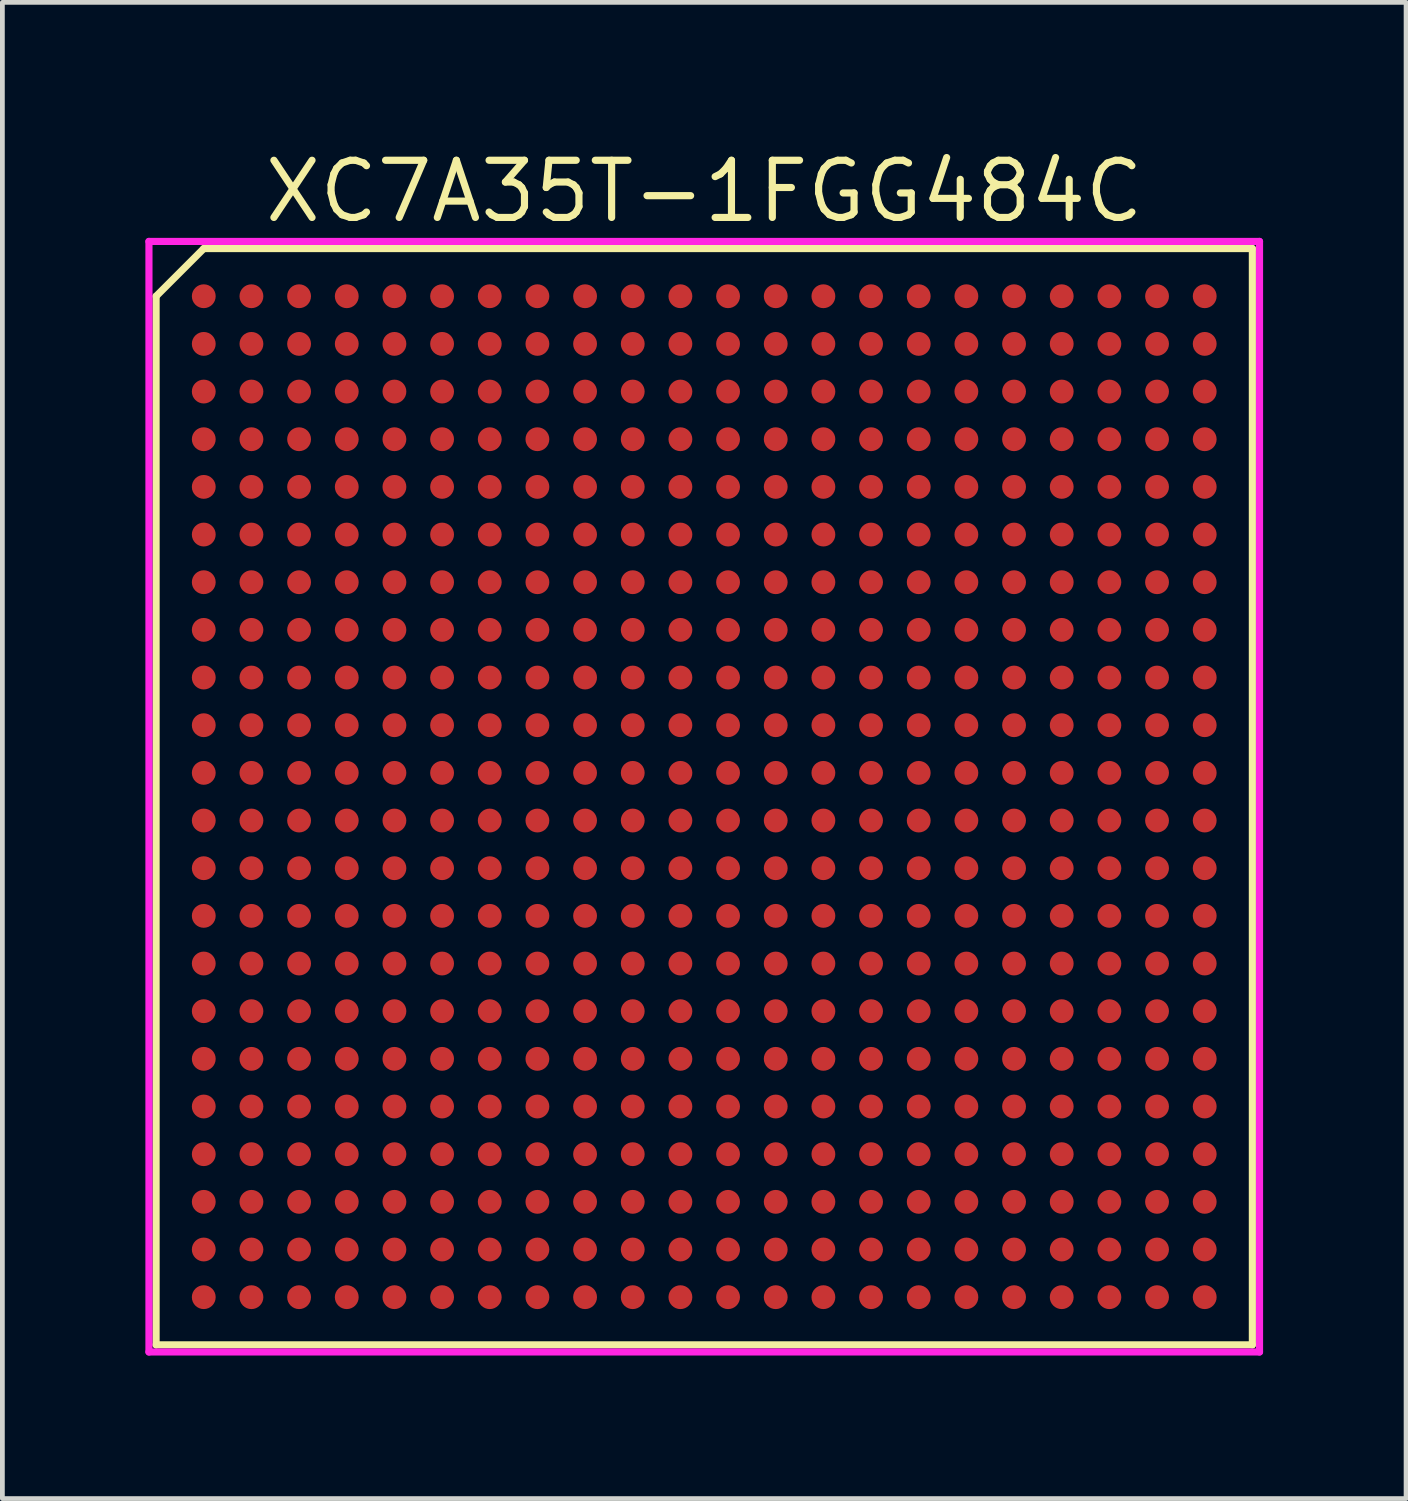
<source format=kicad_pcb>
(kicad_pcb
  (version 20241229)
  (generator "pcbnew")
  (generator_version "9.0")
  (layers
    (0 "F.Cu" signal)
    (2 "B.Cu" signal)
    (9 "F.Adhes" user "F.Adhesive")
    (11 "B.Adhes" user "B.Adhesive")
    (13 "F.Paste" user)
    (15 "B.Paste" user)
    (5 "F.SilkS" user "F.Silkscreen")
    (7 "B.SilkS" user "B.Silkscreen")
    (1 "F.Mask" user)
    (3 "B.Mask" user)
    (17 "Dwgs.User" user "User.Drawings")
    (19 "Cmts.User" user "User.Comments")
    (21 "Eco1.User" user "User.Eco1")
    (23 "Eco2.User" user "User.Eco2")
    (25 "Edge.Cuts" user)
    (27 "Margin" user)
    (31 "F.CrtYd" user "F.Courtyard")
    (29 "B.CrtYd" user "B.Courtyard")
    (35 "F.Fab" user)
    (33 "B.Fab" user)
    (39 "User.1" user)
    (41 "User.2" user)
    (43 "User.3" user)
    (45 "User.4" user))
  (footprint "XC7A35T-1FGG484C"
    (layer "F.Cu")
    (at 11.725 13.665)
    (property "Reference" "XC7A35T-1FGG484C" (at 0 -12.7 0) (layer "F.SilkS") (effects (font (size 1.2 1.2) (thickness 0.15))))
    (attr through_hole)
    (fp_line (start -11.5 -10.5) (end -11.5 11.5) (stroke (width 0.15) (type solid)) (layer "F.SilkS"))
    (fp_line (start -11.5 11.5) (end 11.5 11.5) (stroke (width 0.15) (type solid)) (layer "F.SilkS"))
    (fp_line (start -10.5 -11.5) (end -11.5 -10.5) (stroke (width 0.15) (type solid)) (layer "F.SilkS"))
    (fp_line (start 11.5 -11.5) (end -10.5 -11.5) (stroke (width 0.15) (type solid)) (layer "F.SilkS"))
    (fp_line (start 11.5 11.5) (end 11.5 -11.5) (stroke (width 0.15) (type solid)) (layer "F.SilkS"))
    (fp_line (start -11.65 -11.65) (end 11.65 -11.65) (stroke (width 0.15) (type solid)) (layer "F.CrtYd"))
    (fp_line (start -11.65 11.65) (end -11.65 -11.65) (stroke (width 0.15) (type solid)) (layer "F.CrtYd"))
    (fp_line (start 11.65 -11.65) (end 11.65 11.65) (stroke (width 0.15) (type solid)) (layer "F.CrtYd"))
    (fp_line (start 11.65 11.65) (end -11.65 11.65) (stroke (width 0.15) (type solid)) (layer "F.CrtYd"))
    (pad "A1" smd circle (at -10.5 -10.5) (size 0.5 0.5) (layers "F.Cu" "F.Mask" "F.Paste"))
    (pad "A2" smd circle (at -9.5 -10.5) (size 0.5 0.5) (layers "F.Cu" "F.Mask" "F.Paste"))
    (pad "A3" smd circle (at -8.5 -10.5) (size 0.5 0.5) (layers "F.Cu" "F.Mask" "F.Paste"))
    (pad "A4" smd circle (at -7.5 -10.5) (size 0.5 0.5) (layers "F.Cu" "F.Mask" "F.Paste"))
    (pad "A5" smd circle (at -6.5 -10.5) (size 0.5 0.5) (layers "F.Cu" "F.Mask" "F.Paste"))
    (pad "A6" smd circle (at -5.5 -10.5) (size 0.5 0.5) (layers "F.Cu" "F.Mask" "F.Paste"))
    (pad "A7" smd circle (at -4.5 -10.5) (size 0.5 0.5) (layers "F.Cu" "F.Mask" "F.Paste"))
    (pad "A8" smd circle (at -3.5 -10.5) (size 0.5 0.5) (layers "F.Cu" "F.Mask" "F.Paste"))
    (pad "A9" smd circle (at -2.5 -10.5) (size 0.5 0.5) (layers "F.Cu" "F.Mask" "F.Paste"))
    (pad "A10" smd circle (at -1.5 -10.5) (size 0.5 0.5) (layers "F.Cu" "F.Mask" "F.Paste"))
    (pad "A11" smd circle (at -0.5 -10.5) (size 0.5 0.5) (layers "F.Cu" "F.Mask" "F.Paste"))
    (pad "A12" smd circle (at 0.5 -10.5) (size 0.5 0.5) (layers "F.Cu" "F.Mask" "F.Paste"))
    (pad "A13" smd circle (at 1.5 -10.5) (size 0.5 0.5) (layers "F.Cu" "F.Mask" "F.Paste"))
    (pad "A14" smd circle (at 2.5 -10.5) (size 0.5 0.5) (layers "F.Cu" "F.Mask" "F.Paste"))
    (pad "A15" smd circle (at 3.5 -10.5) (size 0.5 0.5) (layers "F.Cu" "F.Mask" "F.Paste"))
    (pad "A16" smd circle (at 4.5 -10.5) (size 0.5 0.5) (layers "F.Cu" "F.Mask" "F.Paste"))
    (pad "A17" smd circle (at 5.5 -10.5) (size 0.5 0.5) (layers "F.Cu" "F.Mask" "F.Paste"))
    (pad "A18" smd circle (at 6.5 -10.5) (size 0.5 0.5) (layers "F.Cu" "F.Mask" "F.Paste"))
    (pad "A19" smd circle (at 7.5 -10.5) (size 0.5 0.5) (layers "F.Cu" "F.Mask" "F.Paste"))
    (pad "A20" smd circle (at 8.5 -10.5) (size 0.5 0.5) (layers "F.Cu" "F.Mask" "F.Paste"))
    (pad "A21" smd circle (at 9.5 -10.5) (size 0.5 0.5) (layers "F.Cu" "F.Mask" "F.Paste"))
    (pad "A22" smd circle (at 10.5 -10.5) (size 0.5 0.5) (layers "F.Cu" "F.Mask" "F.Paste"))
    (pad "AA1" smd circle (at -10.5 9.5) (size 0.5 0.5) (layers "F.Cu" "F.Mask" "F.Paste"))
    (pad "AA2" smd circle (at -9.5 9.5) (size 0.5 0.5) (layers "F.Cu" "F.Mask" "F.Paste"))
    (pad "AA3" smd circle (at -8.5 9.5) (size 0.5 0.5) (layers "F.Cu" "F.Mask" "F.Paste"))
    (pad "AA4" smd circle (at -7.5 9.5) (size 0.5 0.5) (layers "F.Cu" "F.Mask" "F.Paste"))
    (pad "AA5" smd circle (at -6.5 9.5) (size 0.5 0.5) (layers "F.Cu" "F.Mask" "F.Paste"))
    (pad "AA6" smd circle (at -5.5 9.5) (size 0.5 0.5) (layers "F.Cu" "F.Mask" "F.Paste"))
    (pad "AA7" smd circle (at -4.5 9.5) (size 0.5 0.5) (layers "F.Cu" "F.Mask" "F.Paste"))
    (pad "AA8" smd circle (at -3.5 9.5) (size 0.5 0.5) (layers "F.Cu" "F.Mask" "F.Paste"))
    (pad "AA9" smd circle (at -2.5 9.5) (size 0.5 0.5) (layers "F.Cu" "F.Mask" "F.Paste"))
    (pad "AA10" smd circle (at -1.5 9.5) (size 0.5 0.5) (layers "F.Cu" "F.Mask" "F.Paste"))
    (pad "AA11" smd circle (at -0.5 9.5) (size 0.5 0.5) (layers "F.Cu" "F.Mask" "F.Paste"))
    (pad "AA12" smd circle (at 0.5 9.5) (size 0.5 0.5) (layers "F.Cu" "F.Mask" "F.Paste"))
    (pad "AA13" smd circle (at 1.5 9.5) (size 0.5 0.5) (layers "F.Cu" "F.Mask" "F.Paste"))
    (pad "AA14" smd circle (at 2.5 9.5) (size 0.5 0.5) (layers "F.Cu" "F.Mask" "F.Paste"))
    (pad "AA15" smd circle (at 3.5 9.5) (size 0.5 0.5) (layers "F.Cu" "F.Mask" "F.Paste"))
    (pad "AA16" smd circle (at 4.5 9.5) (size 0.5 0.5) (layers "F.Cu" "F.Mask" "F.Paste"))
    (pad "AA17" smd circle (at 5.5 9.5) (size 0.5 0.5) (layers "F.Cu" "F.Mask" "F.Paste"))
    (pad "AA18" smd circle (at 6.5 9.5) (size 0.5 0.5) (layers "F.Cu" "F.Mask" "F.Paste"))
    (pad "AA19" smd circle (at 7.5 9.5) (size 0.5 0.5) (layers "F.Cu" "F.Mask" "F.Paste"))
    (pad "AA20" smd circle (at 8.5 9.5) (size 0.5 0.5) (layers "F.Cu" "F.Mask" "F.Paste"))
    (pad "AA21" smd circle (at 9.5 9.5) (size 0.5 0.5) (layers "F.Cu" "F.Mask" "F.Paste"))
    (pad "AA22" smd circle (at 10.5 9.5) (size 0.5 0.5) (layers "F.Cu" "F.Mask" "F.Paste"))
    (pad "AB1" smd circle (at -10.5 10.5) (size 0.5 0.5) (layers "F.Cu" "F.Mask" "F.Paste"))
    (pad "AB2" smd circle (at -9.5 10.5) (size 0.5 0.5) (layers "F.Cu" "F.Mask" "F.Paste"))
    (pad "AB3" smd circle (at -8.5 10.5) (size 0.5 0.5) (layers "F.Cu" "F.Mask" "F.Paste"))
    (pad "AB4" smd circle (at -7.5 10.5) (size 0.5 0.5) (layers "F.Cu" "F.Mask" "F.Paste"))
    (pad "AB5" smd circle (at -6.5 10.5) (size 0.5 0.5) (layers "F.Cu" "F.Mask" "F.Paste"))
    (pad "AB6" smd circle (at -5.5 10.5) (size 0.5 0.5) (layers "F.Cu" "F.Mask" "F.Paste"))
    (pad "AB7" smd circle (at -4.5 10.5) (size 0.5 0.5) (layers "F.Cu" "F.Mask" "F.Paste"))
    (pad "AB8" smd circle (at -3.5 10.5) (size 0.5 0.5) (layers "F.Cu" "F.Mask" "F.Paste"))
    (pad "AB9" smd circle (at -2.5 10.5) (size 0.5 0.5) (layers "F.Cu" "F.Mask" "F.Paste"))
    (pad "AB10" smd circle (at -1.5 10.5) (size 0.5 0.5) (layers "F.Cu" "F.Mask" "F.Paste"))
    (pad "AB11" smd circle (at -0.5 10.5) (size 0.5 0.5) (layers "F.Cu" "F.Mask" "F.Paste"))
    (pad "AB12" smd circle (at 0.5 10.5) (size 0.5 0.5) (layers "F.Cu" "F.Mask" "F.Paste"))
    (pad "AB13" smd circle (at 1.5 10.5) (size 0.5 0.5) (layers "F.Cu" "F.Mask" "F.Paste"))
    (pad "AB14" smd circle (at 2.5 10.5) (size 0.5 0.5) (layers "F.Cu" "F.Mask" "F.Paste"))
    (pad "AB15" smd circle (at 3.5 10.5) (size 0.5 0.5) (layers "F.Cu" "F.Mask" "F.Paste"))
    (pad "AB16" smd circle (at 4.5 10.5) (size 0.5 0.5) (layers "F.Cu" "F.Mask" "F.Paste"))
    (pad "AB17" smd circle (at 5.5 10.5) (size 0.5 0.5) (layers "F.Cu" "F.Mask" "F.Paste"))
    (pad "AB18" smd circle (at 6.5 10.5) (size 0.5 0.5) (layers "F.Cu" "F.Mask" "F.Paste"))
    (pad "AB19" smd circle (at 7.5 10.5) (size 0.5 0.5) (layers "F.Cu" "F.Mask" "F.Paste"))
    (pad "AB20" smd circle (at 8.5 10.5) (size 0.5 0.5) (layers "F.Cu" "F.Mask" "F.Paste"))
    (pad "AB21" smd circle (at 9.5 10.5) (size 0.5 0.5) (layers "F.Cu" "F.Mask" "F.Paste"))
    (pad "AB22" smd circle (at 10.5 10.5) (size 0.5 0.5) (layers "F.Cu" "F.Mask" "F.Paste"))
    (pad "B1" smd circle (at -10.5 -9.5) (size 0.5 0.5) (layers "F.Cu" "F.Mask" "F.Paste"))
    (pad "B2" smd circle (at -9.5 -9.5) (size 0.5 0.5) (layers "F.Cu" "F.Mask" "F.Paste"))
    (pad "B3" smd circle (at -8.5 -9.5) (size 0.5 0.5) (layers "F.Cu" "F.Mask" "F.Paste"))
    (pad "B4" smd circle (at -7.5 -9.5) (size 0.5 0.5) (layers "F.Cu" "F.Mask" "F.Paste"))
    (pad "B5" smd circle (at -6.5 -9.5) (size 0.5 0.5) (layers "F.Cu" "F.Mask" "F.Paste"))
    (pad "B6" smd circle (at -5.5 -9.5) (size 0.5 0.5) (layers "F.Cu" "F.Mask" "F.Paste"))
    (pad "B7" smd circle (at -4.5 -9.5) (size 0.5 0.5) (layers "F.Cu" "F.Mask" "F.Paste"))
    (pad "B8" smd circle (at -3.5 -9.5) (size 0.5 0.5) (layers "F.Cu" "F.Mask" "F.Paste"))
    (pad "B9" smd circle (at -2.5 -9.5) (size 0.5 0.5) (layers "F.Cu" "F.Mask" "F.Paste"))
    (pad "B10" smd circle (at -1.5 -9.5) (size 0.5 0.5) (layers "F.Cu" "F.Mask" "F.Paste"))
    (pad "B11" smd circle (at -0.5 -9.5) (size 0.5 0.5) (layers "F.Cu" "F.Mask" "F.Paste"))
    (pad "B12" smd circle (at 0.5 -9.5) (size 0.5 0.5) (layers "F.Cu" "F.Mask" "F.Paste"))
    (pad "B13" smd circle (at 1.5 -9.5) (size 0.5 0.5) (layers "F.Cu" "F.Mask" "F.Paste"))
    (pad "B14" smd circle (at 2.5 -9.5) (size 0.5 0.5) (layers "F.Cu" "F.Mask" "F.Paste"))
    (pad "B15" smd circle (at 3.5 -9.5) (size 0.5 0.5) (layers "F.Cu" "F.Mask" "F.Paste"))
    (pad "B16" smd circle (at 4.5 -9.5) (size 0.5 0.5) (layers "F.Cu" "F.Mask" "F.Paste"))
    (pad "B17" smd circle (at 5.5 -9.5) (size 0.5 0.5) (layers "F.Cu" "F.Mask" "F.Paste"))
    (pad "B18" smd circle (at 6.5 -9.5) (size 0.5 0.5) (layers "F.Cu" "F.Mask" "F.Paste"))
    (pad "B19" smd circle (at 7.5 -9.5) (size 0.5 0.5) (layers "F.Cu" "F.Mask" "F.Paste"))
    (pad "B20" smd circle (at 8.5 -9.5) (size 0.5 0.5) (layers "F.Cu" "F.Mask" "F.Paste"))
    (pad "B21" smd circle (at 9.5 -9.5) (size 0.5 0.5) (layers "F.Cu" "F.Mask" "F.Paste"))
    (pad "B22" smd circle (at 10.5 -9.5) (size 0.5 0.5) (layers "F.Cu" "F.Mask" "F.Paste"))
    (pad "C1" smd circle (at -10.5 -8.5) (size 0.5 0.5) (layers "F.Cu" "F.Mask" "F.Paste"))
    (pad "C2" smd circle (at -9.5 -8.5) (size 0.5 0.5) (layers "F.Cu" "F.Mask" "F.Paste"))
    (pad "C3" smd circle (at -8.5 -8.5) (size 0.5 0.5) (layers "F.Cu" "F.Mask" "F.Paste"))
    (pad "C4" smd circle (at -7.5 -8.5) (size 0.5 0.5) (layers "F.Cu" "F.Mask" "F.Paste"))
    (pad "C5" smd circle (at -6.5 -8.5) (size 0.5 0.5) (layers "F.Cu" "F.Mask" "F.Paste"))
    (pad "C6" smd circle (at -5.5 -8.5) (size 0.5 0.5) (layers "F.Cu" "F.Mask" "F.Paste"))
    (pad "C7" smd circle (at -4.5 -8.5) (size 0.5 0.5) (layers "F.Cu" "F.Mask" "F.Paste"))
    (pad "C8" smd circle (at -3.5 -8.5) (size 0.5 0.5) (layers "F.Cu" "F.Mask" "F.Paste"))
    (pad "C9" smd circle (at -2.5 -8.5) (size 0.5 0.5) (layers "F.Cu" "F.Mask" "F.Paste"))
    (pad "C10" smd circle (at -1.5 -8.5) (size 0.5 0.5) (layers "F.Cu" "F.Mask" "F.Paste"))
    (pad "C11" smd circle (at -0.5 -8.5) (size 0.5 0.5) (layers "F.Cu" "F.Mask" "F.Paste"))
    (pad "C12" smd circle (at 0.5 -8.5) (size 0.5 0.5) (layers "F.Cu" "F.Mask" "F.Paste"))
    (pad "C13" smd circle (at 1.5 -8.5) (size 0.5 0.5) (layers "F.Cu" "F.Mask" "F.Paste"))
    (pad "C14" smd circle (at 2.5 -8.5) (size 0.5 0.5) (layers "F.Cu" "F.Mask" "F.Paste"))
    (pad "C15" smd circle (at 3.5 -8.5) (size 0.5 0.5) (layers "F.Cu" "F.Mask" "F.Paste"))
    (pad "C16" smd circle (at 4.5 -8.5) (size 0.5 0.5) (layers "F.Cu" "F.Mask" "F.Paste"))
    (pad "C17" smd circle (at 5.5 -8.5) (size 0.5 0.5) (layers "F.Cu" "F.Mask" "F.Paste"))
    (pad "C18" smd circle (at 6.5 -8.5) (size 0.5 0.5) (layers "F.Cu" "F.Mask" "F.Paste"))
    (pad "C19" smd circle (at 7.5 -8.5) (size 0.5 0.5) (layers "F.Cu" "F.Mask" "F.Paste"))
    (pad "C20" smd circle (at 8.5 -8.5) (size 0.5 0.5) (layers "F.Cu" "F.Mask" "F.Paste"))
    (pad "C21" smd circle (at 9.5 -8.5) (size 0.5 0.5) (layers "F.Cu" "F.Mask" "F.Paste"))
    (pad "C22" smd circle (at 10.5 -8.5) (size 0.5 0.5) (layers "F.Cu" "F.Mask" "F.Paste"))
    (pad "D1" smd circle (at -10.5 -7.5) (size 0.5 0.5) (layers "F.Cu" "F.Mask" "F.Paste"))
    (pad "D2" smd circle (at -9.5 -7.5) (size 0.5 0.5) (layers "F.Cu" "F.Mask" "F.Paste"))
    (pad "D3" smd circle (at -8.5 -7.5) (size 0.5 0.5) (layers "F.Cu" "F.Mask" "F.Paste"))
    (pad "D4" smd circle (at -7.5 -7.5) (size 0.5 0.5) (layers "F.Cu" "F.Mask" "F.Paste"))
    (pad "D5" smd circle (at -6.5 -7.5) (size 0.5 0.5) (layers "F.Cu" "F.Mask" "F.Paste"))
    (pad "D6" smd circle (at -5.5 -7.5) (size 0.5 0.5) (layers "F.Cu" "F.Mask" "F.Paste"))
    (pad "D7" smd circle (at -4.5 -7.5) (size 0.5 0.5) (layers "F.Cu" "F.Mask" "F.Paste"))
    (pad "D8" smd circle (at -3.5 -7.5) (size 0.5 0.5) (layers "F.Cu" "F.Mask" "F.Paste"))
    (pad "D9" smd circle (at -2.5 -7.5) (size 0.5 0.5) (layers "F.Cu" "F.Mask" "F.Paste"))
    (pad "D10" smd circle (at -1.5 -7.5) (size 0.5 0.5) (layers "F.Cu" "F.Mask" "F.Paste"))
    (pad "D11" smd circle (at -0.5 -7.5) (size 0.5 0.5) (layers "F.Cu" "F.Mask" "F.Paste"))
    (pad "D12" smd circle (at 0.5 -7.5) (size 0.5 0.5) (layers "F.Cu" "F.Mask" "F.Paste"))
    (pad "D13" smd circle (at 1.5 -7.5) (size 0.5 0.5) (layers "F.Cu" "F.Mask" "F.Paste"))
    (pad "D14" smd circle (at 2.5 -7.5) (size 0.5 0.5) (layers "F.Cu" "F.Mask" "F.Paste"))
    (pad "D15" smd circle (at 3.5 -7.5) (size 0.5 0.5) (layers "F.Cu" "F.Mask" "F.Paste"))
    (pad "D16" smd circle (at 4.5 -7.5) (size 0.5 0.5) (layers "F.Cu" "F.Mask" "F.Paste"))
    (pad "D17" smd circle (at 5.5 -7.5) (size 0.5 0.5) (layers "F.Cu" "F.Mask" "F.Paste"))
    (pad "D18" smd circle (at 6.5 -7.5) (size 0.5 0.5) (layers "F.Cu" "F.Mask" "F.Paste"))
    (pad "D19" smd circle (at 7.5 -7.5) (size 0.5 0.5) (layers "F.Cu" "F.Mask" "F.Paste"))
    (pad "D20" smd circle (at 8.5 -7.5) (size 0.5 0.5) (layers "F.Cu" "F.Mask" "F.Paste"))
    (pad "D21" smd circle (at 9.5 -7.5) (size 0.5 0.5) (layers "F.Cu" "F.Mask" "F.Paste"))
    (pad "D22" smd circle (at 10.5 -7.5) (size 0.5 0.5) (layers "F.Cu" "F.Mask" "F.Paste"))
    (pad "E1" smd circle (at -10.5 -6.5) (size 0.5 0.5) (layers "F.Cu" "F.Mask" "F.Paste"))
    (pad "E2" smd circle (at -9.5 -6.5) (size 0.5 0.5) (layers "F.Cu" "F.Mask" "F.Paste"))
    (pad "E3" smd circle (at -8.5 -6.5) (size 0.5 0.5) (layers "F.Cu" "F.Mask" "F.Paste"))
    (pad "E4" smd circle (at -7.5 -6.5) (size 0.5 0.5) (layers "F.Cu" "F.Mask" "F.Paste"))
    (pad "E5" smd circle (at -6.5 -6.5) (size 0.5 0.5) (layers "F.Cu" "F.Mask" "F.Paste"))
    (pad "E6" smd circle (at -5.5 -6.5) (size 0.5 0.5) (layers "F.Cu" "F.Mask" "F.Paste"))
    (pad "E7" smd circle (at -4.5 -6.5) (size 0.5 0.5) (layers "F.Cu" "F.Mask" "F.Paste"))
    (pad "E8" smd circle (at -3.5 -6.5) (size 0.5 0.5) (layers "F.Cu" "F.Mask" "F.Paste"))
    (pad "E9" smd circle (at -2.5 -6.5) (size 0.5 0.5) (layers "F.Cu" "F.Mask" "F.Paste"))
    (pad "E10" smd circle (at -1.5 -6.5) (size 0.5 0.5) (layers "F.Cu" "F.Mask" "F.Paste"))
    (pad "E11" smd circle (at -0.5 -6.5) (size 0.5 0.5) (layers "F.Cu" "F.Mask" "F.Paste"))
    (pad "E12" smd circle (at 0.5 -6.5) (size 0.5 0.5) (layers "F.Cu" "F.Mask" "F.Paste"))
    (pad "E13" smd circle (at 1.5 -6.5) (size 0.5 0.5) (layers "F.Cu" "F.Mask" "F.Paste"))
    (pad "E14" smd circle (at 2.5 -6.5) (size 0.5 0.5) (layers "F.Cu" "F.Mask" "F.Paste"))
    (pad "E15" smd circle (at 3.5 -6.5) (size 0.5 0.5) (layers "F.Cu" "F.Mask" "F.Paste"))
    (pad "E16" smd circle (at 4.5 -6.5) (size 0.5 0.5) (layers "F.Cu" "F.Mask" "F.Paste"))
    (pad "E17" smd circle (at 5.5 -6.5) (size 0.5 0.5) (layers "F.Cu" "F.Mask" "F.Paste"))
    (pad "E18" smd circle (at 6.5 -6.5) (size 0.5 0.5) (layers "F.Cu" "F.Mask" "F.Paste"))
    (pad "E19" smd circle (at 7.5 -6.5) (size 0.5 0.5) (layers "F.Cu" "F.Mask" "F.Paste"))
    (pad "E20" smd circle (at 8.5 -6.5) (size 0.5 0.5) (layers "F.Cu" "F.Mask" "F.Paste"))
    (pad "E21" smd circle (at 9.5 -6.5) (size 0.5 0.5) (layers "F.Cu" "F.Mask" "F.Paste"))
    (pad "E22" smd circle (at 10.5 -6.5) (size 0.5 0.5) (layers "F.Cu" "F.Mask" "F.Paste"))
    (pad "F1" smd circle (at -10.5 -5.5) (size 0.5 0.5) (layers "F.Cu" "F.Mask" "F.Paste"))
    (pad "F2" smd circle (at -9.5 -5.5) (size 0.5 0.5) (layers "F.Cu" "F.Mask" "F.Paste"))
    (pad "F3" smd circle (at -8.5 -5.5) (size 0.5 0.5) (layers "F.Cu" "F.Mask" "F.Paste"))
    (pad "F4" smd circle (at -7.5 -5.5) (size 0.5 0.5) (layers "F.Cu" "F.Mask" "F.Paste"))
    (pad "F5" smd circle (at -6.5 -5.5) (size 0.5 0.5) (layers "F.Cu" "F.Mask" "F.Paste"))
    (pad "F6" smd circle (at -5.5 -5.5) (size 0.5 0.5) (layers "F.Cu" "F.Mask" "F.Paste"))
    (pad "F7" smd circle (at -4.5 -5.5) (size 0.5 0.5) (layers "F.Cu" "F.Mask" "F.Paste"))
    (pad "F8" smd circle (at -3.5 -5.5) (size 0.5 0.5) (layers "F.Cu" "F.Mask" "F.Paste"))
    (pad "F9" smd circle (at -2.5 -5.5) (size 0.5 0.5) (layers "F.Cu" "F.Mask" "F.Paste"))
    (pad "F10" smd circle (at -1.5 -5.5) (size 0.5 0.5) (layers "F.Cu" "F.Mask" "F.Paste"))
    (pad "F11" smd circle (at -0.5 -5.5) (size 0.5 0.5) (layers "F.Cu" "F.Mask" "F.Paste"))
    (pad "F12" smd circle (at 0.5 -5.5) (size 0.5 0.5) (layers "F.Cu" "F.Mask" "F.Paste"))
    (pad "F13" smd circle (at 1.5 -5.5) (size 0.5 0.5) (layers "F.Cu" "F.Mask" "F.Paste"))
    (pad "F14" smd circle (at 2.5 -5.5) (size 0.5 0.5) (layers "F.Cu" "F.Mask" "F.Paste"))
    (pad "F15" smd circle (at 3.5 -5.5) (size 0.5 0.5) (layers "F.Cu" "F.Mask" "F.Paste"))
    (pad "F16" smd circle (at 4.5 -5.5) (size 0.5 0.5) (layers "F.Cu" "F.Mask" "F.Paste"))
    (pad "F17" smd circle (at 5.5 -5.5) (size 0.5 0.5) (layers "F.Cu" "F.Mask" "F.Paste"))
    (pad "F18" smd circle (at 6.5 -5.5) (size 0.5 0.5) (layers "F.Cu" "F.Mask" "F.Paste"))
    (pad "F19" smd circle (at 7.5 -5.5) (size 0.5 0.5) (layers "F.Cu" "F.Mask" "F.Paste"))
    (pad "F20" smd circle (at 8.5 -5.5) (size 0.5 0.5) (layers "F.Cu" "F.Mask" "F.Paste"))
    (pad "F21" smd circle (at 9.5 -5.5) (size 0.5 0.5) (layers "F.Cu" "F.Mask" "F.Paste"))
    (pad "F22" smd circle (at 10.5 -5.5) (size 0.5 0.5) (layers "F.Cu" "F.Mask" "F.Paste"))
    (pad "G1" smd circle (at -10.5 -4.5) (size 0.5 0.5) (layers "F.Cu" "F.Mask" "F.Paste"))
    (pad "G2" smd circle (at -9.5 -4.5) (size 0.5 0.5) (layers "F.Cu" "F.Mask" "F.Paste"))
    (pad "G3" smd circle (at -8.5 -4.5) (size 0.5 0.5) (layers "F.Cu" "F.Mask" "F.Paste"))
    (pad "G4" smd circle (at -7.5 -4.5) (size 0.5 0.5) (layers "F.Cu" "F.Mask" "F.Paste"))
    (pad "G5" smd circle (at -6.5 -4.5) (size 0.5 0.5) (layers "F.Cu" "F.Mask" "F.Paste"))
    (pad "G6" smd circle (at -5.5 -4.5) (size 0.5 0.5) (layers "F.Cu" "F.Mask" "F.Paste"))
    (pad "G7" smd circle (at -4.5 -4.5) (size 0.5 0.5) (layers "F.Cu" "F.Mask" "F.Paste"))
    (pad "G8" smd circle (at -3.5 -4.5) (size 0.5 0.5) (layers "F.Cu" "F.Mask" "F.Paste"))
    (pad "G9" smd circle (at -2.5 -4.5) (size 0.5 0.5) (layers "F.Cu" "F.Mask" "F.Paste"))
    (pad "G10" smd circle (at -1.5 -4.5) (size 0.5 0.5) (layers "F.Cu" "F.Mask" "F.Paste"))
    (pad "G11" smd circle (at -0.5 -4.5) (size 0.5 0.5) (layers "F.Cu" "F.Mask" "F.Paste"))
    (pad "G12" smd circle (at 0.5 -4.5) (size 0.5 0.5) (layers "F.Cu" "F.Mask" "F.Paste"))
    (pad "G13" smd circle (at 1.5 -4.5) (size 0.5 0.5) (layers "F.Cu" "F.Mask" "F.Paste"))
    (pad "G14" smd circle (at 2.5 -4.5) (size 0.5 0.5) (layers "F.Cu" "F.Mask" "F.Paste"))
    (pad "G15" smd circle (at 3.5 -4.5) (size 0.5 0.5) (layers "F.Cu" "F.Mask" "F.Paste"))
    (pad "G16" smd circle (at 4.5 -4.5) (size 0.5 0.5) (layers "F.Cu" "F.Mask" "F.Paste"))
    (pad "G17" smd circle (at 5.5 -4.5) (size 0.5 0.5) (layers "F.Cu" "F.Mask" "F.Paste"))
    (pad "G18" smd circle (at 6.5 -4.5) (size 0.5 0.5) (layers "F.Cu" "F.Mask" "F.Paste"))
    (pad "G19" smd circle (at 7.5 -4.5) (size 0.5 0.5) (layers "F.Cu" "F.Mask" "F.Paste"))
    (pad "G20" smd circle (at 8.5 -4.5) (size 0.5 0.5) (layers "F.Cu" "F.Mask" "F.Paste"))
    (pad "G21" smd circle (at 9.5 -4.5) (size 0.5 0.5) (layers "F.Cu" "F.Mask" "F.Paste"))
    (pad "G22" smd circle (at 10.5 -4.5) (size 0.5 0.5) (layers "F.Cu" "F.Mask" "F.Paste"))
    (pad "H1" smd circle (at -10.5 -3.5) (size 0.5 0.5) (layers "F.Cu" "F.Mask" "F.Paste"))
    (pad "H2" smd circle (at -9.5 -3.5) (size 0.5 0.5) (layers "F.Cu" "F.Mask" "F.Paste"))
    (pad "H3" smd circle (at -8.5 -3.5) (size 0.5 0.5) (layers "F.Cu" "F.Mask" "F.Paste"))
    (pad "H4" smd circle (at -7.5 -3.5) (size 0.5 0.5) (layers "F.Cu" "F.Mask" "F.Paste"))
    (pad "H5" smd circle (at -6.5 -3.5) (size 0.5 0.5) (layers "F.Cu" "F.Mask" "F.Paste"))
    (pad "H6" smd circle (at -5.5 -3.5) (size 0.5 0.5) (layers "F.Cu" "F.Mask" "F.Paste"))
    (pad "H7" smd circle (at -4.5 -3.5) (size 0.5 0.5) (layers "F.Cu" "F.Mask" "F.Paste"))
    (pad "H8" smd circle (at -3.5 -3.5) (size 0.5 0.5) (layers "F.Cu" "F.Mask" "F.Paste"))
    (pad "H9" smd circle (at -2.5 -3.5) (size 0.5 0.5) (layers "F.Cu" "F.Mask" "F.Paste"))
    (pad "H10" smd circle (at -1.5 -3.5) (size 0.5 0.5) (layers "F.Cu" "F.Mask" "F.Paste"))
    (pad "H11" smd circle (at -0.5 -3.5) (size 0.5 0.5) (layers "F.Cu" "F.Mask" "F.Paste"))
    (pad "H12" smd circle (at 0.5 -3.5) (size 0.5 0.5) (layers "F.Cu" "F.Mask" "F.Paste"))
    (pad "H13" smd circle (at 1.5 -3.5) (size 0.5 0.5) (layers "F.Cu" "F.Mask" "F.Paste"))
    (pad "H14" smd circle (at 2.5 -3.5) (size 0.5 0.5) (layers "F.Cu" "F.Mask" "F.Paste"))
    (pad "H15" smd circle (at 3.5 -3.5) (size 0.5 0.5) (layers "F.Cu" "F.Mask" "F.Paste"))
    (pad "H16" smd circle (at 4.5 -3.5) (size 0.5 0.5) (layers "F.Cu" "F.Mask" "F.Paste"))
    (pad "H17" smd circle (at 5.5 -3.5) (size 0.5 0.5) (layers "F.Cu" "F.Mask" "F.Paste"))
    (pad "H18" smd circle (at 6.5 -3.5) (size 0.5 0.5) (layers "F.Cu" "F.Mask" "F.Paste"))
    (pad "H19" smd circle (at 7.5 -3.5) (size 0.5 0.5) (layers "F.Cu" "F.Mask" "F.Paste"))
    (pad "H20" smd circle (at 8.5 -3.5) (size 0.5 0.5) (layers "F.Cu" "F.Mask" "F.Paste"))
    (pad "H21" smd circle (at 9.5 -3.5) (size 0.5 0.5) (layers "F.Cu" "F.Mask" "F.Paste"))
    (pad "H22" smd circle (at 10.5 -3.5) (size 0.5 0.5) (layers "F.Cu" "F.Mask" "F.Paste"))
    (pad "J1" smd circle (at -10.5 -2.5) (size 0.5 0.5) (layers "F.Cu" "F.Mask" "F.Paste"))
    (pad "J2" smd circle (at -9.5 -2.5) (size 0.5 0.5) (layers "F.Cu" "F.Mask" "F.Paste"))
    (pad "J3" smd circle (at -8.5 -2.5) (size 0.5 0.5) (layers "F.Cu" "F.Mask" "F.Paste"))
    (pad "J4" smd circle (at -7.5 -2.5) (size 0.5 0.5) (layers "F.Cu" "F.Mask" "F.Paste"))
    (pad "J5" smd circle (at -6.5 -2.5) (size 0.5 0.5) (layers "F.Cu" "F.Mask" "F.Paste"))
    (pad "J6" smd circle (at -5.5 -2.5) (size 0.5 0.5) (layers "F.Cu" "F.Mask" "F.Paste"))
    (pad "J7" smd circle (at -4.5 -2.5) (size 0.5 0.5) (layers "F.Cu" "F.Mask" "F.Paste"))
    (pad "J8" smd circle (at -3.5 -2.5) (size 0.5 0.5) (layers "F.Cu" "F.Mask" "F.Paste"))
    (pad "J9" smd circle (at -2.5 -2.5) (size 0.5 0.5) (layers "F.Cu" "F.Mask" "F.Paste"))
    (pad "J10" smd circle (at -1.5 -2.5) (size 0.5 0.5) (layers "F.Cu" "F.Mask" "F.Paste"))
    (pad "J11" smd circle (at -0.5 -2.5) (size 0.5 0.5) (layers "F.Cu" "F.Mask" "F.Paste"))
    (pad "J12" smd circle (at 0.5 -2.5) (size 0.5 0.5) (layers "F.Cu" "F.Mask" "F.Paste"))
    (pad "J13" smd circle (at 1.5 -2.5) (size 0.5 0.5) (layers "F.Cu" "F.Mask" "F.Paste"))
    (pad "J14" smd circle (at 2.5 -2.5) (size 0.5 0.5) (layers "F.Cu" "F.Mask" "F.Paste"))
    (pad "J15" smd circle (at 3.5 -2.5) (size 0.5 0.5) (layers "F.Cu" "F.Mask" "F.Paste"))
    (pad "J16" smd circle (at 4.5 -2.5) (size 0.5 0.5) (layers "F.Cu" "F.Mask" "F.Paste"))
    (pad "J17" smd circle (at 5.5 -2.5) (size 0.5 0.5) (layers "F.Cu" "F.Mask" "F.Paste"))
    (pad "J18" smd circle (at 6.5 -2.5) (size 0.5 0.5) (layers "F.Cu" "F.Mask" "F.Paste"))
    (pad "J19" smd circle (at 7.5 -2.5) (size 0.5 0.5) (layers "F.Cu" "F.Mask" "F.Paste"))
    (pad "J20" smd circle (at 8.5 -2.5) (size 0.5 0.5) (layers "F.Cu" "F.Mask" "F.Paste"))
    (pad "J21" smd circle (at 9.5 -2.5) (size 0.5 0.5) (layers "F.Cu" "F.Mask" "F.Paste"))
    (pad "J22" smd circle (at 10.5 -2.5) (size 0.5 0.5) (layers "F.Cu" "F.Mask" "F.Paste"))
    (pad "K1" smd circle (at -10.5 -1.5) (size 0.5 0.5) (layers "F.Cu" "F.Mask" "F.Paste"))
    (pad "K2" smd circle (at -9.5 -1.5) (size 0.5 0.5) (layers "F.Cu" "F.Mask" "F.Paste"))
    (pad "K3" smd circle (at -8.5 -1.5) (size 0.5 0.5) (layers "F.Cu" "F.Mask" "F.Paste"))
    (pad "K4" smd circle (at -7.5 -1.5) (size 0.5 0.5) (layers "F.Cu" "F.Mask" "F.Paste"))
    (pad "K5" smd circle (at -6.5 -1.5) (size 0.5 0.5) (layers "F.Cu" "F.Mask" "F.Paste"))
    (pad "K6" smd circle (at -5.5 -1.5) (size 0.5 0.5) (layers "F.Cu" "F.Mask" "F.Paste"))
    (pad "K7" smd circle (at -4.5 -1.5) (size 0.5 0.5) (layers "F.Cu" "F.Mask" "F.Paste"))
    (pad "K8" smd circle (at -3.5 -1.5) (size 0.5 0.5) (layers "F.Cu" "F.Mask" "F.Paste"))
    (pad "K9" smd circle (at -2.5 -1.5) (size 0.5 0.5) (layers "F.Cu" "F.Mask" "F.Paste"))
    (pad "K10" smd circle (at -1.5 -1.5) (size 0.5 0.5) (layers "F.Cu" "F.Mask" "F.Paste"))
    (pad "K11" smd circle (at -0.5 -1.5) (size 0.5 0.5) (layers "F.Cu" "F.Mask" "F.Paste"))
    (pad "K12" smd circle (at 0.5 -1.5) (size 0.5 0.5) (layers "F.Cu" "F.Mask" "F.Paste"))
    (pad "K13" smd circle (at 1.5 -1.5) (size 0.5 0.5) (layers "F.Cu" "F.Mask" "F.Paste"))
    (pad "K14" smd circle (at 2.5 -1.5) (size 0.5 0.5) (layers "F.Cu" "F.Mask" "F.Paste"))
    (pad "K15" smd circle (at 3.5 -1.5) (size 0.5 0.5) (layers "F.Cu" "F.Mask" "F.Paste"))
    (pad "K16" smd circle (at 4.5 -1.5) (size 0.5 0.5) (layers "F.Cu" "F.Mask" "F.Paste"))
    (pad "K17" smd circle (at 5.5 -1.5) (size 0.5 0.5) (layers "F.Cu" "F.Mask" "F.Paste"))
    (pad "K18" smd circle (at 6.5 -1.5) (size 0.5 0.5) (layers "F.Cu" "F.Mask" "F.Paste"))
    (pad "K19" smd circle (at 7.5 -1.5) (size 0.5 0.5) (layers "F.Cu" "F.Mask" "F.Paste"))
    (pad "K20" smd circle (at 8.5 -1.5) (size 0.5 0.5) (layers "F.Cu" "F.Mask" "F.Paste"))
    (pad "K21" smd circle (at 9.5 -1.5) (size 0.5 0.5) (layers "F.Cu" "F.Mask" "F.Paste"))
    (pad "K22" smd circle (at 10.5 -1.5) (size 0.5 0.5) (layers "F.Cu" "F.Mask" "F.Paste"))
    (pad "L1" smd circle (at -10.5 -0.5) (size 0.5 0.5) (layers "F.Cu" "F.Mask" "F.Paste"))
    (pad "L2" smd circle (at -9.5 -0.5) (size 0.5 0.5) (layers "F.Cu" "F.Mask" "F.Paste"))
    (pad "L3" smd circle (at -8.5 -0.5) (size 0.5 0.5) (layers "F.Cu" "F.Mask" "F.Paste"))
    (pad "L4" smd circle (at -7.5 -0.5) (size 0.5 0.5) (layers "F.Cu" "F.Mask" "F.Paste"))
    (pad "L5" smd circle (at -6.5 -0.5) (size 0.5 0.5) (layers "F.Cu" "F.Mask" "F.Paste"))
    (pad "L6" smd circle (at -5.5 -0.5) (size 0.5 0.5) (layers "F.Cu" "F.Mask" "F.Paste"))
    (pad "L7" smd circle (at -4.5 -0.5) (size 0.5 0.5) (layers "F.Cu" "F.Mask" "F.Paste"))
    (pad "L8" smd circle (at -3.5 -0.5) (size 0.5 0.5) (layers "F.Cu" "F.Mask" "F.Paste"))
    (pad "L9" smd circle (at -2.5 -0.5) (size 0.5 0.5) (layers "F.Cu" "F.Mask" "F.Paste"))
    (pad "L10" smd circle (at -1.5 -0.5) (size 0.5 0.5) (layers "F.Cu" "F.Mask" "F.Paste"))
    (pad "L11" smd circle (at -0.5 -0.5) (size 0.5 0.5) (layers "F.Cu" "F.Mask" "F.Paste"))
    (pad "L12" smd circle (at 0.5 -0.5) (size 0.5 0.5) (layers "F.Cu" "F.Mask" "F.Paste"))
    (pad "L13" smd circle (at 1.5 -0.5) (size 0.5 0.5) (layers "F.Cu" "F.Mask" "F.Paste"))
    (pad "L14" smd circle (at 2.5 -0.5) (size 0.5 0.5) (layers "F.Cu" "F.Mask" "F.Paste"))
    (pad "L15" smd circle (at 3.5 -0.5) (size 0.5 0.5) (layers "F.Cu" "F.Mask" "F.Paste"))
    (pad "L16" smd circle (at 4.5 -0.5) (size 0.5 0.5) (layers "F.Cu" "F.Mask" "F.Paste"))
    (pad "L17" smd circle (at 5.5 -0.5) (size 0.5 0.5) (layers "F.Cu" "F.Mask" "F.Paste"))
    (pad "L18" smd circle (at 6.5 -0.5) (size 0.5 0.5) (layers "F.Cu" "F.Mask" "F.Paste"))
    (pad "L19" smd circle (at 7.5 -0.5) (size 0.5 0.5) (layers "F.Cu" "F.Mask" "F.Paste"))
    (pad "L20" smd circle (at 8.5 -0.5) (size 0.5 0.5) (layers "F.Cu" "F.Mask" "F.Paste"))
    (pad "L21" smd circle (at 9.5 -0.5) (size 0.5 0.5) (layers "F.Cu" "F.Mask" "F.Paste"))
    (pad "L22" smd circle (at 10.5 -0.5) (size 0.5 0.5) (layers "F.Cu" "F.Mask" "F.Paste"))
    (pad "M1" smd circle (at -10.5 0.5) (size 0.5 0.5) (layers "F.Cu" "F.Mask" "F.Paste"))
    (pad "M2" smd circle (at -9.5 0.5) (size 0.5 0.5) (layers "F.Cu" "F.Mask" "F.Paste"))
    (pad "M3" smd circle (at -8.5 0.5) (size 0.5 0.5) (layers "F.Cu" "F.Mask" "F.Paste"))
    (pad "M4" smd circle (at -7.5 0.5) (size 0.5 0.5) (layers "F.Cu" "F.Mask" "F.Paste"))
    (pad "M5" smd circle (at -6.5 0.5) (size 0.5 0.5) (layers "F.Cu" "F.Mask" "F.Paste"))
    (pad "M6" smd circle (at -5.5 0.5) (size 0.5 0.5) (layers "F.Cu" "F.Mask" "F.Paste"))
    (pad "M7" smd circle (at -4.5 0.5) (size 0.5 0.5) (layers "F.Cu" "F.Mask" "F.Paste"))
    (pad "M8" smd circle (at -3.5 0.5) (size 0.5 0.5) (layers "F.Cu" "F.Mask" "F.Paste"))
    (pad "M9" smd circle (at -2.5 0.5) (size 0.5 0.5) (layers "F.Cu" "F.Mask" "F.Paste"))
    (pad "M10" smd circle (at -1.5 0.5) (size 0.5 0.5) (layers "F.Cu" "F.Mask" "F.Paste"))
    (pad "M11" smd circle (at -0.5 0.5) (size 0.5 0.5) (layers "F.Cu" "F.Mask" "F.Paste"))
    (pad "M12" smd circle (at 0.5 0.5) (size 0.5 0.5) (layers "F.Cu" "F.Mask" "F.Paste"))
    (pad "M13" smd circle (at 1.5 0.5) (size 0.5 0.5) (layers "F.Cu" "F.Mask" "F.Paste"))
    (pad "M14" smd circle (at 2.5 0.5) (size 0.5 0.5) (layers "F.Cu" "F.Mask" "F.Paste"))
    (pad "M15" smd circle (at 3.5 0.5) (size 0.5 0.5) (layers "F.Cu" "F.Mask" "F.Paste"))
    (pad "M16" smd circle (at 4.5 0.5) (size 0.5 0.5) (layers "F.Cu" "F.Mask" "F.Paste"))
    (pad "M17" smd circle (at 5.5 0.5) (size 0.5 0.5) (layers "F.Cu" "F.Mask" "F.Paste"))
    (pad "M18" smd circle (at 6.5 0.5) (size 0.5 0.5) (layers "F.Cu" "F.Mask" "F.Paste"))
    (pad "M19" smd circle (at 7.5 0.5) (size 0.5 0.5) (layers "F.Cu" "F.Mask" "F.Paste"))
    (pad "M20" smd circle (at 8.5 0.5) (size 0.5 0.5) (layers "F.Cu" "F.Mask" "F.Paste"))
    (pad "M21" smd circle (at 9.5 0.5) (size 0.5 0.5) (layers "F.Cu" "F.Mask" "F.Paste"))
    (pad "M22" smd circle (at 10.5 0.5) (size 0.5 0.5) (layers "F.Cu" "F.Mask" "F.Paste"))
    (pad "N1" smd circle (at -10.5 1.5) (size 0.5 0.5) (layers "F.Cu" "F.Mask" "F.Paste"))
    (pad "N2" smd circle (at -9.5 1.5) (size 0.5 0.5) (layers "F.Cu" "F.Mask" "F.Paste"))
    (pad "N3" smd circle (at -8.5 1.5) (size 0.5 0.5) (layers "F.Cu" "F.Mask" "F.Paste"))
    (pad "N4" smd circle (at -7.5 1.5) (size 0.5 0.5) (layers "F.Cu" "F.Mask" "F.Paste"))
    (pad "N5" smd circle (at -6.5 1.5) (size 0.5 0.5) (layers "F.Cu" "F.Mask" "F.Paste"))
    (pad "N6" smd circle (at -5.5 1.5) (size 0.5 0.5) (layers "F.Cu" "F.Mask" "F.Paste"))
    (pad "N7" smd circle (at -4.5 1.5) (size 0.5 0.5) (layers "F.Cu" "F.Mask" "F.Paste"))
    (pad "N8" smd circle (at -3.5 1.5) (size 0.5 0.5) (layers "F.Cu" "F.Mask" "F.Paste"))
    (pad "N9" smd circle (at -2.5 1.5) (size 0.5 0.5) (layers "F.Cu" "F.Mask" "F.Paste"))
    (pad "N10" smd circle (at -1.5 1.5) (size 0.5 0.5) (layers "F.Cu" "F.Mask" "F.Paste"))
    (pad "N11" smd circle (at -0.5 1.5) (size 0.5 0.5) (layers "F.Cu" "F.Mask" "F.Paste"))
    (pad "N12" smd circle (at 0.5 1.5) (size 0.5 0.5) (layers "F.Cu" "F.Mask" "F.Paste"))
    (pad "N13" smd circle (at 1.5 1.5) (size 0.5 0.5) (layers "F.Cu" "F.Mask" "F.Paste"))
    (pad "N14" smd circle (at 2.5 1.5) (size 0.5 0.5) (layers "F.Cu" "F.Mask" "F.Paste"))
    (pad "N15" smd circle (at 3.5 1.5) (size 0.5 0.5) (layers "F.Cu" "F.Mask" "F.Paste"))
    (pad "N16" smd circle (at 4.5 1.5) (size 0.5 0.5) (layers "F.Cu" "F.Mask" "F.Paste"))
    (pad "N17" smd circle (at 5.5 1.5) (size 0.5 0.5) (layers "F.Cu" "F.Mask" "F.Paste"))
    (pad "N18" smd circle (at 6.5 1.5) (size 0.5 0.5) (layers "F.Cu" "F.Mask" "F.Paste"))
    (pad "N19" smd circle (at 7.5 1.5) (size 0.5 0.5) (layers "F.Cu" "F.Mask" "F.Paste"))
    (pad "N20" smd circle (at 8.5 1.5) (size 0.5 0.5) (layers "F.Cu" "F.Mask" "F.Paste"))
    (pad "N21" smd circle (at 9.5 1.5) (size 0.5 0.5) (layers "F.Cu" "F.Mask" "F.Paste"))
    (pad "N22" smd circle (at 10.5 1.5) (size 0.5 0.5) (layers "F.Cu" "F.Mask" "F.Paste"))
    (pad "P1" smd circle (at -10.5 2.5) (size 0.5 0.5) (layers "F.Cu" "F.Mask" "F.Paste"))
    (pad "P2" smd circle (at -9.5 2.5) (size 0.5 0.5) (layers "F.Cu" "F.Mask" "F.Paste"))
    (pad "P3" smd circle (at -8.5 2.5) (size 0.5 0.5) (layers "F.Cu" "F.Mask" "F.Paste"))
    (pad "P4" smd circle (at -7.5 2.5) (size 0.5 0.5) (layers "F.Cu" "F.Mask" "F.Paste"))
    (pad "P5" smd circle (at -6.5 2.5) (size 0.5 0.5) (layers "F.Cu" "F.Mask" "F.Paste"))
    (pad "P6" smd circle (at -5.5 2.5) (size 0.5 0.5) (layers "F.Cu" "F.Mask" "F.Paste"))
    (pad "P7" smd circle (at -4.5 2.5) (size 0.5 0.5) (layers "F.Cu" "F.Mask" "F.Paste"))
    (pad "P8" smd circle (at -3.5 2.5) (size 0.5 0.5) (layers "F.Cu" "F.Mask" "F.Paste"))
    (pad "P9" smd circle (at -2.5 2.5) (size 0.5 0.5) (layers "F.Cu" "F.Mask" "F.Paste"))
    (pad "P10" smd circle (at -1.5 2.5) (size 0.5 0.5) (layers "F.Cu" "F.Mask" "F.Paste"))
    (pad "P11" smd circle (at -0.5 2.5) (size 0.5 0.5) (layers "F.Cu" "F.Mask" "F.Paste"))
    (pad "P12" smd circle (at 0.5 2.5) (size 0.5 0.5) (layers "F.Cu" "F.Mask" "F.Paste"))
    (pad "P13" smd circle (at 1.5 2.5) (size 0.5 0.5) (layers "F.Cu" "F.Mask" "F.Paste"))
    (pad "P14" smd circle (at 2.5 2.5) (size 0.5 0.5) (layers "F.Cu" "F.Mask" "F.Paste"))
    (pad "P15" smd circle (at 3.5 2.5) (size 0.5 0.5) (layers "F.Cu" "F.Mask" "F.Paste"))
    (pad "P16" smd circle (at 4.5 2.5) (size 0.5 0.5) (layers "F.Cu" "F.Mask" "F.Paste"))
    (pad "P17" smd circle (at 5.5 2.5) (size 0.5 0.5) (layers "F.Cu" "F.Mask" "F.Paste"))
    (pad "P18" smd circle (at 6.5 2.5) (size 0.5 0.5) (layers "F.Cu" "F.Mask" "F.Paste"))
    (pad "P19" smd circle (at 7.5 2.5) (size 0.5 0.5) (layers "F.Cu" "F.Mask" "F.Paste"))
    (pad "P20" smd circle (at 8.5 2.5) (size 0.5 0.5) (layers "F.Cu" "F.Mask" "F.Paste"))
    (pad "P21" smd circle (at 9.5 2.5) (size 0.5 0.5) (layers "F.Cu" "F.Mask" "F.Paste"))
    (pad "P22" smd circle (at 10.5 2.5) (size 0.5 0.5) (layers "F.Cu" "F.Mask" "F.Paste"))
    (pad "R1" smd circle (at -10.5 3.5) (size 0.5 0.5) (layers "F.Cu" "F.Mask" "F.Paste"))
    (pad "R2" smd circle (at -9.5 3.5) (size 0.5 0.5) (layers "F.Cu" "F.Mask" "F.Paste"))
    (pad "R3" smd circle (at -8.5 3.5) (size 0.5 0.5) (layers "F.Cu" "F.Mask" "F.Paste"))
    (pad "R4" smd circle (at -7.5 3.5) (size 0.5 0.5) (layers "F.Cu" "F.Mask" "F.Paste"))
    (pad "R5" smd circle (at -6.5 3.5) (size 0.5 0.5) (layers "F.Cu" "F.Mask" "F.Paste"))
    (pad "R6" smd circle (at -5.5 3.5) (size 0.5 0.5) (layers "F.Cu" "F.Mask" "F.Paste"))
    (pad "R7" smd circle (at -4.5 3.5) (size 0.5 0.5) (layers "F.Cu" "F.Mask" "F.Paste"))
    (pad "R8" smd circle (at -3.5 3.5) (size 0.5 0.5) (layers "F.Cu" "F.Mask" "F.Paste"))
    (pad "R9" smd circle (at -2.5 3.5) (size 0.5 0.5) (layers "F.Cu" "F.Mask" "F.Paste"))
    (pad "R10" smd circle (at -1.5 3.5) (size 0.5 0.5) (layers "F.Cu" "F.Mask" "F.Paste"))
    (pad "R11" smd circle (at -0.5 3.5) (size 0.5 0.5) (layers "F.Cu" "F.Mask" "F.Paste"))
    (pad "R12" smd circle (at 0.5 3.5) (size 0.5 0.5) (layers "F.Cu" "F.Mask" "F.Paste"))
    (pad "R13" smd circle (at 1.5 3.5) (size 0.5 0.5) (layers "F.Cu" "F.Mask" "F.Paste"))
    (pad "R14" smd circle (at 2.5 3.5) (size 0.5 0.5) (layers "F.Cu" "F.Mask" "F.Paste"))
    (pad "R15" smd circle (at 3.5 3.5) (size 0.5 0.5) (layers "F.Cu" "F.Mask" "F.Paste"))
    (pad "R16" smd circle (at 4.5 3.5) (size 0.5 0.5) (layers "F.Cu" "F.Mask" "F.Paste"))
    (pad "R17" smd circle (at 5.5 3.5) (size 0.5 0.5) (layers "F.Cu" "F.Mask" "F.Paste"))
    (pad "R18" smd circle (at 6.5 3.5) (size 0.5 0.5) (layers "F.Cu" "F.Mask" "F.Paste"))
    (pad "R19" smd circle (at 7.5 3.5) (size 0.5 0.5) (layers "F.Cu" "F.Mask" "F.Paste"))
    (pad "R20" smd circle (at 8.5 3.5) (size 0.5 0.5) (layers "F.Cu" "F.Mask" "F.Paste"))
    (pad "R21" smd circle (at 9.5 3.5) (size 0.5 0.5) (layers "F.Cu" "F.Mask" "F.Paste"))
    (pad "R22" smd circle (at 10.5 3.5) (size 0.5 0.5) (layers "F.Cu" "F.Mask" "F.Paste"))
    (pad "T1" smd circle (at -10.5 4.5) (size 0.5 0.5) (layers "F.Cu" "F.Mask" "F.Paste"))
    (pad "T2" smd circle (at -9.5 4.5) (size 0.5 0.5) (layers "F.Cu" "F.Mask" "F.Paste"))
    (pad "T3" smd circle (at -8.5 4.5) (size 0.5 0.5) (layers "F.Cu" "F.Mask" "F.Paste"))
    (pad "T4" smd circle (at -7.5 4.5) (size 0.5 0.5) (layers "F.Cu" "F.Mask" "F.Paste"))
    (pad "T5" smd circle (at -6.5 4.5) (size 0.5 0.5) (layers "F.Cu" "F.Mask" "F.Paste"))
    (pad "T6" smd circle (at -5.5 4.5) (size 0.5 0.5) (layers "F.Cu" "F.Mask" "F.Paste"))
    (pad "T7" smd circle (at -4.5 4.5) (size 0.5 0.5) (layers "F.Cu" "F.Mask" "F.Paste"))
    (pad "T8" smd circle (at -3.5 4.5) (size 0.5 0.5) (layers "F.Cu" "F.Mask" "F.Paste"))
    (pad "T9" smd circle (at -2.5 4.5) (size 0.5 0.5) (layers "F.Cu" "F.Mask" "F.Paste"))
    (pad "T10" smd circle (at -1.5 4.5) (size 0.5 0.5) (layers "F.Cu" "F.Mask" "F.Paste"))
    (pad "T11" smd circle (at -0.5 4.5) (size 0.5 0.5) (layers "F.Cu" "F.Mask" "F.Paste"))
    (pad "T12" smd circle (at 0.5 4.5) (size 0.5 0.5) (layers "F.Cu" "F.Mask" "F.Paste"))
    (pad "T13" smd circle (at 1.5 4.5) (size 0.5 0.5) (layers "F.Cu" "F.Mask" "F.Paste"))
    (pad "T14" smd circle (at 2.5 4.5) (size 0.5 0.5) (layers "F.Cu" "F.Mask" "F.Paste"))
    (pad "T15" smd circle (at 3.5 4.5) (size 0.5 0.5) (layers "F.Cu" "F.Mask" "F.Paste"))
    (pad "T16" smd circle (at 4.5 4.5) (size 0.5 0.5) (layers "F.Cu" "F.Mask" "F.Paste"))
    (pad "T17" smd circle (at 5.5 4.5) (size 0.5 0.5) (layers "F.Cu" "F.Mask" "F.Paste"))
    (pad "T18" smd circle (at 6.5 4.5) (size 0.5 0.5) (layers "F.Cu" "F.Mask" "F.Paste"))
    (pad "T19" smd circle (at 7.5 4.5) (size 0.5 0.5) (layers "F.Cu" "F.Mask" "F.Paste"))
    (pad "T20" smd circle (at 8.5 4.5) (size 0.5 0.5) (layers "F.Cu" "F.Mask" "F.Paste"))
    (pad "T21" smd circle (at 9.5 4.5) (size 0.5 0.5) (layers "F.Cu" "F.Mask" "F.Paste"))
    (pad "T22" smd circle (at 10.5 4.5) (size 0.5 0.5) (layers "F.Cu" "F.Mask" "F.Paste"))
    (pad "U1" smd circle (at -10.5 5.5) (size 0.5 0.5) (layers "F.Cu" "F.Mask" "F.Paste"))
    (pad "U2" smd circle (at -9.5 5.5) (size 0.5 0.5) (layers "F.Cu" "F.Mask" "F.Paste"))
    (pad "U3" smd circle (at -8.5 5.5) (size 0.5 0.5) (layers "F.Cu" "F.Mask" "F.Paste"))
    (pad "U4" smd circle (at -7.5 5.5) (size 0.5 0.5) (layers "F.Cu" "F.Mask" "F.Paste"))
    (pad "U5" smd circle (at -6.5 5.5) (size 0.5 0.5) (layers "F.Cu" "F.Mask" "F.Paste"))
    (pad "U6" smd circle (at -5.5 5.5) (size 0.5 0.5) (layers "F.Cu" "F.Mask" "F.Paste"))
    (pad "U7" smd circle (at -4.5 5.5) (size 0.5 0.5) (layers "F.Cu" "F.Mask" "F.Paste"))
    (pad "U8" smd circle (at -3.5 5.5) (size 0.5 0.5) (layers "F.Cu" "F.Mask" "F.Paste"))
    (pad "U9" smd circle (at -2.5 5.5) (size 0.5 0.5) (layers "F.Cu" "F.Mask" "F.Paste"))
    (pad "U10" smd circle (at -1.5 5.5) (size 0.5 0.5) (layers "F.Cu" "F.Mask" "F.Paste"))
    (pad "U11" smd circle (at -0.5 5.5) (size 0.5 0.5) (layers "F.Cu" "F.Mask" "F.Paste"))
    (pad "U12" smd circle (at 0.5 5.5) (size 0.5 0.5) (layers "F.Cu" "F.Mask" "F.Paste"))
    (pad "U13" smd circle (at 1.5 5.5) (size 0.5 0.5) (layers "F.Cu" "F.Mask" "F.Paste"))
    (pad "U14" smd circle (at 2.5 5.5) (size 0.5 0.5) (layers "F.Cu" "F.Mask" "F.Paste"))
    (pad "U15" smd circle (at 3.5 5.5) (size 0.5 0.5) (layers "F.Cu" "F.Mask" "F.Paste"))
    (pad "U16" smd circle (at 4.5 5.5) (size 0.5 0.5) (layers "F.Cu" "F.Mask" "F.Paste"))
    (pad "U17" smd circle (at 5.5 5.5) (size 0.5 0.5) (layers "F.Cu" "F.Mask" "F.Paste"))
    (pad "U18" smd circle (at 6.5 5.5) (size 0.5 0.5) (layers "F.Cu" "F.Mask" "F.Paste"))
    (pad "U19" smd circle (at 7.5 5.5) (size 0.5 0.5) (layers "F.Cu" "F.Mask" "F.Paste"))
    (pad "U20" smd circle (at 8.5 5.5) (size 0.5 0.5) (layers "F.Cu" "F.Mask" "F.Paste"))
    (pad "U21" smd circle (at 9.5 5.5) (size 0.5 0.5) (layers "F.Cu" "F.Mask" "F.Paste"))
    (pad "U22" smd circle (at 10.5 5.5) (size 0.5 0.5) (layers "F.Cu" "F.Mask" "F.Paste"))
    (pad "V1" smd circle (at -10.5 6.5) (size 0.5 0.5) (layers "F.Cu" "F.Mask" "F.Paste"))
    (pad "V2" smd circle (at -9.5 6.5) (size 0.5 0.5) (layers "F.Cu" "F.Mask" "F.Paste"))
    (pad "V3" smd circle (at -8.5 6.5) (size 0.5 0.5) (layers "F.Cu" "F.Mask" "F.Paste"))
    (pad "V4" smd circle (at -7.5 6.5) (size 0.5 0.5) (layers "F.Cu" "F.Mask" "F.Paste"))
    (pad "V5" smd circle (at -6.5 6.5) (size 0.5 0.5) (layers "F.Cu" "F.Mask" "F.Paste"))
    (pad "V6" smd circle (at -5.5 6.5) (size 0.5 0.5) (layers "F.Cu" "F.Mask" "F.Paste"))
    (pad "V7" smd circle (at -4.5 6.5) (size 0.5 0.5) (layers "F.Cu" "F.Mask" "F.Paste"))
    (pad "V8" smd circle (at -3.5 6.5) (size 0.5 0.5) (layers "F.Cu" "F.Mask" "F.Paste"))
    (pad "V9" smd circle (at -2.5 6.5) (size 0.5 0.5) (layers "F.Cu" "F.Mask" "F.Paste"))
    (pad "V10" smd circle (at -1.5 6.5) (size 0.5 0.5) (layers "F.Cu" "F.Mask" "F.Paste"))
    (pad "V11" smd circle (at -0.5 6.5) (size 0.5 0.5) (layers "F.Cu" "F.Mask" "F.Paste"))
    (pad "V12" smd circle (at 0.5 6.5) (size 0.5 0.5) (layers "F.Cu" "F.Mask" "F.Paste"))
    (pad "V13" smd circle (at 1.5 6.5) (size 0.5 0.5) (layers "F.Cu" "F.Mask" "F.Paste"))
    (pad "V14" smd circle (at 2.5 6.5) (size 0.5 0.5) (layers "F.Cu" "F.Mask" "F.Paste"))
    (pad "V15" smd circle (at 3.5 6.5) (size 0.5 0.5) (layers "F.Cu" "F.Mask" "F.Paste"))
    (pad "V16" smd circle (at 4.5 6.5) (size 0.5 0.5) (layers "F.Cu" "F.Mask" "F.Paste"))
    (pad "V17" smd circle (at 5.5 6.5) (size 0.5 0.5) (layers "F.Cu" "F.Mask" "F.Paste"))
    (pad "V18" smd circle (at 6.5 6.5) (size 0.5 0.5) (layers "F.Cu" "F.Mask" "F.Paste"))
    (pad "V19" smd circle (at 7.5 6.5) (size 0.5 0.5) (layers "F.Cu" "F.Mask" "F.Paste"))
    (pad "V20" smd circle (at 8.5 6.5) (size 0.5 0.5) (layers "F.Cu" "F.Mask" "F.Paste"))
    (pad "V21" smd circle (at 9.5 6.5) (size 0.5 0.5) (layers "F.Cu" "F.Mask" "F.Paste"))
    (pad "V22" smd circle (at 10.5 6.5) (size 0.5 0.5) (layers "F.Cu" "F.Mask" "F.Paste"))
    (pad "W1" smd circle (at -10.5 7.5) (size 0.5 0.5) (layers "F.Cu" "F.Mask" "F.Paste"))
    (pad "W2" smd circle (at -9.5 7.5) (size 0.5 0.5) (layers "F.Cu" "F.Mask" "F.Paste"))
    (pad "W3" smd circle (at -8.5 7.5) (size 0.5 0.5) (layers "F.Cu" "F.Mask" "F.Paste"))
    (pad "W4" smd circle (at -7.5 7.5) (size 0.5 0.5) (layers "F.Cu" "F.Mask" "F.Paste"))
    (pad "W5" smd circle (at -6.5 7.5) (size 0.5 0.5) (layers "F.Cu" "F.Mask" "F.Paste"))
    (pad "W6" smd circle (at -5.5 7.5) (size 0.5 0.5) (layers "F.Cu" "F.Mask" "F.Paste"))
    (pad "W7" smd circle (at -4.5 7.5) (size 0.5 0.5) (layers "F.Cu" "F.Mask" "F.Paste"))
    (pad "W8" smd circle (at -3.5 7.5) (size 0.5 0.5) (layers "F.Cu" "F.Mask" "F.Paste"))
    (pad "W9" smd circle (at -2.5 7.5) (size 0.5 0.5) (layers "F.Cu" "F.Mask" "F.Paste"))
    (pad "W10" smd circle (at -1.5 7.5) (size 0.5 0.5) (layers "F.Cu" "F.Mask" "F.Paste"))
    (pad "W11" smd circle (at -0.5 7.5) (size 0.5 0.5) (layers "F.Cu" "F.Mask" "F.Paste"))
    (pad "W12" smd circle (at 0.5 7.5) (size 0.5 0.5) (layers "F.Cu" "F.Mask" "F.Paste"))
    (pad "W13" smd circle (at 1.5 7.5) (size 0.5 0.5) (layers "F.Cu" "F.Mask" "F.Paste"))
    (pad "W14" smd circle (at 2.5 7.5) (size 0.5 0.5) (layers "F.Cu" "F.Mask" "F.Paste"))
    (pad "W15" smd circle (at 3.5 7.5) (size 0.5 0.5) (layers "F.Cu" "F.Mask" "F.Paste"))
    (pad "W16" smd circle (at 4.5 7.5) (size 0.5 0.5) (layers "F.Cu" "F.Mask" "F.Paste"))
    (pad "W17" smd circle (at 5.5 7.5) (size 0.5 0.5) (layers "F.Cu" "F.Mask" "F.Paste"))
    (pad "W18" smd circle (at 6.5 7.5) (size 0.5 0.5) (layers "F.Cu" "F.Mask" "F.Paste"))
    (pad "W19" smd circle (at 7.5 7.5) (size 0.5 0.5) (layers "F.Cu" "F.Mask" "F.Paste"))
    (pad "W20" smd circle (at 8.5 7.5) (size 0.5 0.5) (layers "F.Cu" "F.Mask" "F.Paste"))
    (pad "W21" smd circle (at 9.5 7.5) (size 0.5 0.5) (layers "F.Cu" "F.Mask" "F.Paste"))
    (pad "W22" smd circle (at 10.5 7.5) (size 0.5 0.5) (layers "F.Cu" "F.Mask" "F.Paste"))
    (pad "Y1" smd circle (at -10.5 8.5) (size 0.5 0.5) (layers "F.Cu" "F.Mask" "F.Paste"))
    (pad "Y2" smd circle (at -9.5 8.5) (size 0.5 0.5) (layers "F.Cu" "F.Mask" "F.Paste"))
    (pad "Y3" smd circle (at -8.5 8.5) (size 0.5 0.5) (layers "F.Cu" "F.Mask" "F.Paste"))
    (pad "Y4" smd circle (at -7.5 8.5) (size 0.5 0.5) (layers "F.Cu" "F.Mask" "F.Paste"))
    (pad "Y5" smd circle (at -6.5 8.5) (size 0.5 0.5) (layers "F.Cu" "F.Mask" "F.Paste"))
    (pad "Y6" smd circle (at -5.5 8.5) (size 0.5 0.5) (layers "F.Cu" "F.Mask" "F.Paste"))
    (pad "Y7" smd circle (at -4.5 8.5) (size 0.5 0.5) (layers "F.Cu" "F.Mask" "F.Paste"))
    (pad "Y8" smd circle (at -3.5 8.5) (size 0.5 0.5) (layers "F.Cu" "F.Mask" "F.Paste"))
    (pad "Y9" smd circle (at -2.5 8.5) (size 0.5 0.5) (layers "F.Cu" "F.Mask" "F.Paste"))
    (pad "Y10" smd circle (at -1.5 8.5) (size 0.5 0.5) (layers "F.Cu" "F.Mask" "F.Paste"))
    (pad "Y11" smd circle (at -0.5 8.5) (size 0.5 0.5) (layers "F.Cu" "F.Mask" "F.Paste"))
    (pad "Y12" smd circle (at 0.5 8.5) (size 0.5 0.5) (layers "F.Cu" "F.Mask" "F.Paste"))
    (pad "Y13" smd circle (at 1.5 8.5) (size 0.5 0.5) (layers "F.Cu" "F.Mask" "F.Paste"))
    (pad "Y14" smd circle (at 2.5 8.5) (size 0.5 0.5) (layers "F.Cu" "F.Mask" "F.Paste"))
    (pad "Y15" smd circle (at 3.5 8.5) (size 0.5 0.5) (layers "F.Cu" "F.Mask" "F.Paste"))
    (pad "Y16" smd circle (at 4.5 8.5) (size 0.5 0.5) (layers "F.Cu" "F.Mask" "F.Paste"))
    (pad "Y17" smd circle (at 5.5 8.5) (size 0.5 0.5) (layers "F.Cu" "F.Mask" "F.Paste"))
    (pad "Y18" smd circle (at 6.5 8.5) (size 0.5 0.5) (layers "F.Cu" "F.Mask" "F.Paste"))
    (pad "Y19" smd circle (at 7.5 8.5) (size 0.5 0.5) (layers "F.Cu" "F.Mask" "F.Paste"))
    (pad "Y20" smd circle (at 8.5 8.5) (size 0.5 0.5) (layers "F.Cu" "F.Mask" "F.Paste"))
    (pad "Y21" smd circle (at 9.5 8.5) (size 0.5 0.5) (layers "F.Cu" "F.Mask" "F.Paste"))
    (pad "Y22" smd circle (at 10.5 8.5) (size 0.5 0.5) (layers "F.Cu" "F.Mask" "F.Paste")))
  (gr_rect
    (start -3 -3)
    (end 26.45 28.39)
    (stroke (width 0.1) (type default))
    (fill no)
    (layer "Edge.Cuts")))
</source>
